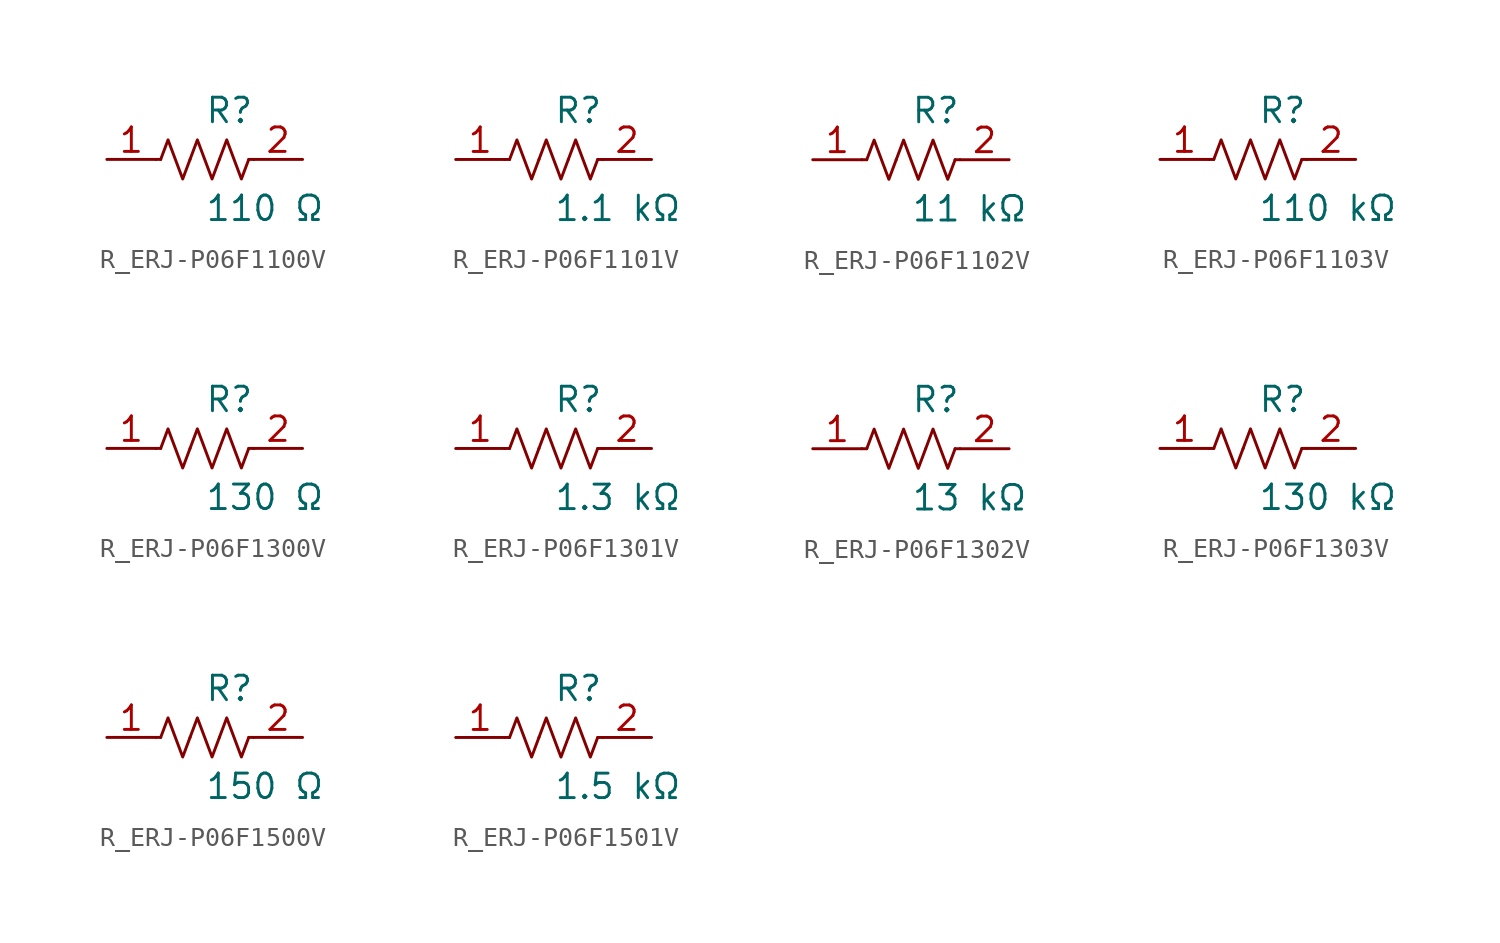
<source format=kicad_sym>
(kicad_symbol_lib
  (version 20231120)
  (generator kicad_symbol_editor)
  (generator_version 8.0)
  (symbol "R_ERJ-P06F1100V"
    (pin_names
      (offset 0.254))
    (property "Reference" "R"
      (at 0.0 2.54 0)
      (effects (font (size 1.27 1.27)) (justify left)))
    (property "Value" "110 Ω"
      (at 0.0 -2.54 0)
      (effects (font (size 1.27 1.27)) (justify left)))
    (symbol "R_ERJ-P06F1100V_0_1"
      (polyline (pts (xy 2.286 0) (xy 2.54 0)) (stroke (width 0) (type default)) (fill (type none)))
      (polyline (pts (xy -2.286 0) (xy -2.54 0)) (stroke (width 0) (type default)) (fill (type none)))
      (polyline (pts (xy 0.762 0) (xy 1.143 1.016) (xy 1.524 0) (xy 1.905 -1.016) (xy 2.286 0)) (stroke (width 0) (type default)) (fill (type none)))
      (polyline (pts (xy -0.762 0) (xy -0.381 1.016) (xy 0 0) (xy 0.381 -1.016) (xy 0.762 0)) (stroke (width 0) (type default)) (fill (type none)))
      (polyline (pts (xy -2.286 0) (xy -1.905 1.016) (xy -1.524 0) (xy -1.143 -1.016) (xy -0.762 0)) (stroke (width 0) (type default)) (fill (type none))))
    (pin unspecified line
      (at -5.08 0 0)
      (length 2.54)
      (name "" (effects (font (size 1.27 1.27))))
      (number "1" (effects (font (size 1.27 1.27)))))
    (pin unspecified line
      (at 5.08 0 180)
      (length 2.54)
      (name "" (effects (font (size 1.27 1.27))))
      (number "2" (effects (font (size 1.27 1.27))))))
  (symbol "R_ERJ-P06F1101V"
    (pin_names
      (offset 0.254))
    (property "Reference" "R"
      (at 0.0 2.54 0)
      (effects (font (size 1.27 1.27)) (justify left)))
    (property "Value" "1.1 kΩ"
      (at 0.0 -2.54 0)
      (effects (font (size 1.27 1.27)) (justify left)))
    (symbol "R_ERJ-P06F1101V_0_1"
      (polyline (pts (xy 2.286 0) (xy 2.54 0)) (stroke (width 0) (type default)) (fill (type none)))
      (polyline (pts (xy -2.286 0) (xy -2.54 0)) (stroke (width 0) (type default)) (fill (type none)))
      (polyline (pts (xy 0.762 0) (xy 1.143 1.016) (xy 1.524 0) (xy 1.905 -1.016) (xy 2.286 0)) (stroke (width 0) (type default)) (fill (type none)))
      (polyline (pts (xy -0.762 0) (xy -0.381 1.016) (xy 0 0) (xy 0.381 -1.016) (xy 0.762 0)) (stroke (width 0) (type default)) (fill (type none)))
      (polyline (pts (xy -2.286 0) (xy -1.905 1.016) (xy -1.524 0) (xy -1.143 -1.016) (xy -0.762 0)) (stroke (width 0) (type default)) (fill (type none))))
    (pin unspecified line
      (at -5.08 0 0)
      (length 2.54)
      (name "" (effects (font (size 1.27 1.27))))
      (number "1" (effects (font (size 1.27 1.27)))))
    (pin unspecified line
      (at 5.08 0 180)
      (length 2.54)
      (name "" (effects (font (size 1.27 1.27))))
      (number "2" (effects (font (size 1.27 1.27))))))
  (symbol "R_ERJ-P06F1102V"
    (pin_names
      (offset 0.254))
    (property "Reference" "R"
      (at 0.0 2.54 0)
      (effects (font (size 1.27 1.27)) (justify left)))
    (property "Value" "11 kΩ"
      (at 0.0 -2.54 0)
      (effects (font (size 1.27 1.27)) (justify left)))
    (symbol "R_ERJ-P06F1102V_0_1"
      (polyline (pts (xy 2.286 0) (xy 2.54 0)) (stroke (width 0) (type default)) (fill (type none)))
      (polyline (pts (xy -2.286 0) (xy -2.54 0)) (stroke (width 0) (type default)) (fill (type none)))
      (polyline (pts (xy 0.762 0) (xy 1.143 1.016) (xy 1.524 0) (xy 1.905 -1.016) (xy 2.286 0)) (stroke (width 0) (type default)) (fill (type none)))
      (polyline (pts (xy -0.762 0) (xy -0.381 1.016) (xy 0 0) (xy 0.381 -1.016) (xy 0.762 0)) (stroke (width 0) (type default)) (fill (type none)))
      (polyline (pts (xy -2.286 0) (xy -1.905 1.016) (xy -1.524 0) (xy -1.143 -1.016) (xy -0.762 0)) (stroke (width 0) (type default)) (fill (type none))))
    (pin unspecified line
      (at -5.08 0 0)
      (length 2.54)
      (name "" (effects (font (size 1.27 1.27))))
      (number "1" (effects (font (size 1.27 1.27)))))
    (pin unspecified line
      (at 5.08 0 180)
      (length 2.54)
      (name "" (effects (font (size 1.27 1.27))))
      (number "2" (effects (font (size 1.27 1.27))))))
  (symbol "R_ERJ-P06F1103V"
    (pin_names
      (offset 0.254))
    (property "Reference" "R"
      (at 0.0 2.54 0)
      (effects (font (size 1.27 1.27)) (justify left)))
    (property "Value" "110 kΩ"
      (at 0.0 -2.54 0)
      (effects (font (size 1.27 1.27)) (justify left)))
    (symbol "R_ERJ-P06F1103V_0_1"
      (polyline (pts (xy 2.286 0) (xy 2.54 0)) (stroke (width 0) (type default)) (fill (type none)))
      (polyline (pts (xy -2.286 0) (xy -2.54 0)) (stroke (width 0) (type default)) (fill (type none)))
      (polyline (pts (xy 0.762 0) (xy 1.143 1.016) (xy 1.524 0) (xy 1.905 -1.016) (xy 2.286 0)) (stroke (width 0) (type default)) (fill (type none)))
      (polyline (pts (xy -0.762 0) (xy -0.381 1.016) (xy 0 0) (xy 0.381 -1.016) (xy 0.762 0)) (stroke (width 0) (type default)) (fill (type none)))
      (polyline (pts (xy -2.286 0) (xy -1.905 1.016) (xy -1.524 0) (xy -1.143 -1.016) (xy -0.762 0)) (stroke (width 0) (type default)) (fill (type none))))
    (pin unspecified line
      (at -5.08 0 0)
      (length 2.54)
      (name "" (effects (font (size 1.27 1.27))))
      (number "1" (effects (font (size 1.27 1.27)))))
    (pin unspecified line
      (at 5.08 0 180)
      (length 2.54)
      (name "" (effects (font (size 1.27 1.27))))
      (number "2" (effects (font (size 1.27 1.27))))))
  (symbol "R_ERJ-P06F1300V"
    (pin_names
      (offset 0.254))
    (property "Reference" "R"
      (at 0.0 2.54 0)
      (effects (font (size 1.27 1.27)) (justify left)))
    (property "Value" "130 Ω"
      (at 0.0 -2.54 0)
      (effects (font (size 1.27 1.27)) (justify left)))
    (symbol "R_ERJ-P06F1300V_0_1"
      (polyline (pts (xy 2.286 0) (xy 2.54 0)) (stroke (width 0) (type default)) (fill (type none)))
      (polyline (pts (xy -2.286 0) (xy -2.54 0)) (stroke (width 0) (type default)) (fill (type none)))
      (polyline (pts (xy 0.762 0) (xy 1.143 1.016) (xy 1.524 0) (xy 1.905 -1.016) (xy 2.286 0)) (stroke (width 0) (type default)) (fill (type none)))
      (polyline (pts (xy -0.762 0) (xy -0.381 1.016) (xy 0 0) (xy 0.381 -1.016) (xy 0.762 0)) (stroke (width 0) (type default)) (fill (type none)))
      (polyline (pts (xy -2.286 0) (xy -1.905 1.016) (xy -1.524 0) (xy -1.143 -1.016) (xy -0.762 0)) (stroke (width 0) (type default)) (fill (type none))))
    (pin unspecified line
      (at -5.08 0 0)
      (length 2.54)
      (name "" (effects (font (size 1.27 1.27))))
      (number "1" (effects (font (size 1.27 1.27)))))
    (pin unspecified line
      (at 5.08 0 180)
      (length 2.54)
      (name "" (effects (font (size 1.27 1.27))))
      (number "2" (effects (font (size 1.27 1.27))))))
  (symbol "R_ERJ-P06F1301V"
    (pin_names
      (offset 0.254))
    (property "Reference" "R"
      (at 0.0 2.54 0)
      (effects (font (size 1.27 1.27)) (justify left)))
    (property "Value" "1.3 kΩ"
      (at 0.0 -2.54 0)
      (effects (font (size 1.27 1.27)) (justify left)))
    (symbol "R_ERJ-P06F1301V_0_1"
      (polyline (pts (xy 2.286 0) (xy 2.54 0)) (stroke (width 0) (type default)) (fill (type none)))
      (polyline (pts (xy -2.286 0) (xy -2.54 0)) (stroke (width 0) (type default)) (fill (type none)))
      (polyline (pts (xy 0.762 0) (xy 1.143 1.016) (xy 1.524 0) (xy 1.905 -1.016) (xy 2.286 0)) (stroke (width 0) (type default)) (fill (type none)))
      (polyline (pts (xy -0.762 0) (xy -0.381 1.016) (xy 0 0) (xy 0.381 -1.016) (xy 0.762 0)) (stroke (width 0) (type default)) (fill (type none)))
      (polyline (pts (xy -2.286 0) (xy -1.905 1.016) (xy -1.524 0) (xy -1.143 -1.016) (xy -0.762 0)) (stroke (width 0) (type default)) (fill (type none))))
    (pin unspecified line
      (at -5.08 0 0)
      (length 2.54)
      (name "" (effects (font (size 1.27 1.27))))
      (number "1" (effects (font (size 1.27 1.27)))))
    (pin unspecified line
      (at 5.08 0 180)
      (length 2.54)
      (name "" (effects (font (size 1.27 1.27))))
      (number "2" (effects (font (size 1.27 1.27))))))
  (symbol "R_ERJ-P06F1302V"
    (pin_names
      (offset 0.254))
    (property "Reference" "R"
      (at 0.0 2.54 0)
      (effects (font (size 1.27 1.27)) (justify left)))
    (property "Value" "13 kΩ"
      (at 0.0 -2.54 0)
      (effects (font (size 1.27 1.27)) (justify left)))
    (symbol "R_ERJ-P06F1302V_0_1"
      (polyline (pts (xy 2.286 0) (xy 2.54 0)) (stroke (width 0) (type default)) (fill (type none)))
      (polyline (pts (xy -2.286 0) (xy -2.54 0)) (stroke (width 0) (type default)) (fill (type none)))
      (polyline (pts (xy 0.762 0) (xy 1.143 1.016) (xy 1.524 0) (xy 1.905 -1.016) (xy 2.286 0)) (stroke (width 0) (type default)) (fill (type none)))
      (polyline (pts (xy -0.762 0) (xy -0.381 1.016) (xy 0 0) (xy 0.381 -1.016) (xy 0.762 0)) (stroke (width 0) (type default)) (fill (type none)))
      (polyline (pts (xy -2.286 0) (xy -1.905 1.016) (xy -1.524 0) (xy -1.143 -1.016) (xy -0.762 0)) (stroke (width 0) (type default)) (fill (type none))))
    (pin unspecified line
      (at -5.08 0 0)
      (length 2.54)
      (name "" (effects (font (size 1.27 1.27))))
      (number "1" (effects (font (size 1.27 1.27)))))
    (pin unspecified line
      (at 5.08 0 180)
      (length 2.54)
      (name "" (effects (font (size 1.27 1.27))))
      (number "2" (effects (font (size 1.27 1.27))))))
  (symbol "R_ERJ-P06F1303V"
    (pin_names
      (offset 0.254))
    (property "Reference" "R"
      (at 0.0 2.54 0)
      (effects (font (size 1.27 1.27)) (justify left)))
    (property "Value" "130 kΩ"
      (at 0.0 -2.54 0)
      (effects (font (size 1.27 1.27)) (justify left)))
    (symbol "R_ERJ-P06F1303V_0_1"
      (polyline (pts (xy 2.286 0) (xy 2.54 0)) (stroke (width 0) (type default)) (fill (type none)))
      (polyline (pts (xy -2.286 0) (xy -2.54 0)) (stroke (width 0) (type default)) (fill (type none)))
      (polyline (pts (xy 0.762 0) (xy 1.143 1.016) (xy 1.524 0) (xy 1.905 -1.016) (xy 2.286 0)) (stroke (width 0) (type default)) (fill (type none)))
      (polyline (pts (xy -0.762 0) (xy -0.381 1.016) (xy 0 0) (xy 0.381 -1.016) (xy 0.762 0)) (stroke (width 0) (type default)) (fill (type none)))
      (polyline (pts (xy -2.286 0) (xy -1.905 1.016) (xy -1.524 0) (xy -1.143 -1.016) (xy -0.762 0)) (stroke (width 0) (type default)) (fill (type none))))
    (pin unspecified line
      (at -5.08 0 0)
      (length 2.54)
      (name "" (effects (font (size 1.27 1.27))))
      (number "1" (effects (font (size 1.27 1.27)))))
    (pin unspecified line
      (at 5.08 0 180)
      (length 2.54)
      (name "" (effects (font (size 1.27 1.27))))
      (number "2" (effects (font (size 1.27 1.27))))))
  (symbol "R_ERJ-P06F1500V"
    (pin_names
      (offset 0.254))
    (property "Reference" "R"
      (at 0.0 2.54 0)
      (effects (font (size 1.27 1.27)) (justify left)))
    (property "Value" "150 Ω"
      (at 0.0 -2.54 0)
      (effects (font (size 1.27 1.27)) (justify left)))
    (symbol "R_ERJ-P06F1500V_0_1"
      (polyline (pts (xy 2.286 0) (xy 2.54 0)) (stroke (width 0) (type default)) (fill (type none)))
      (polyline (pts (xy -2.286 0) (xy -2.54 0)) (stroke (width 0) (type default)) (fill (type none)))
      (polyline (pts (xy 0.762 0) (xy 1.143 1.016) (xy 1.524 0) (xy 1.905 -1.016) (xy 2.286 0)) (stroke (width 0) (type default)) (fill (type none)))
      (polyline (pts (xy -0.762 0) (xy -0.381 1.016) (xy 0 0) (xy 0.381 -1.016) (xy 0.762 0)) (stroke (width 0) (type default)) (fill (type none)))
      (polyline (pts (xy -2.286 0) (xy -1.905 1.016) (xy -1.524 0) (xy -1.143 -1.016) (xy -0.762 0)) (stroke (width 0) (type default)) (fill (type none))))
    (pin unspecified line
      (at -5.08 0 0)
      (length 2.54)
      (name "" (effects (font (size 1.27 1.27))))
      (number "1" (effects (font (size 1.27 1.27)))))
    (pin unspecified line
      (at 5.08 0 180)
      (length 2.54)
      (name "" (effects (font (size 1.27 1.27))))
      (number "2" (effects (font (size 1.27 1.27))))))
  (symbol "R_ERJ-P06F1501V"
    (pin_names
      (offset 0.254))
    (property "Reference" "R"
      (at 0.0 2.54 0)
      (effects (font (size 1.27 1.27)) (justify left)))
    (property "Value" "1.5 kΩ"
      (at 0.0 -2.54 0)
      (effects (font (size 1.27 1.27)) (justify left)))
    (symbol "R_ERJ-P06F1501V_0_1"
      (polyline (pts (xy 2.286 0) (xy 2.54 0)) (stroke (width 0) (type default)) (fill (type none)))
      (polyline (pts (xy -2.286 0) (xy -2.54 0)) (stroke (width 0) (type default)) (fill (type none)))
      (polyline (pts (xy 0.762 0) (xy 1.143 1.016) (xy 1.524 0) (xy 1.905 -1.016) (xy 2.286 0)) (stroke (width 0) (type default)) (fill (type none)))
      (polyline (pts (xy -0.762 0) (xy -0.381 1.016) (xy 0 0) (xy 0.381 -1.016) (xy 0.762 0)) (stroke (width 0) (type default)) (fill (type none)))
      (polyline (pts (xy -2.286 0) (xy -1.905 1.016) (xy -1.524 0) (xy -1.143 -1.016) (xy -0.762 0)) (stroke (width 0) (type default)) (fill (type none))))
    (pin unspecified line
      (at -5.08 0 0)
      (length 2.54)
      (name "" (effects (font (size 1.27 1.27))))
      (number "1" (effects (font (size 1.27 1.27)))))
    (pin unspecified line
      (at 5.08 0 180)
      (length 2.54)
      (name "" (effects (font (size 1.27 1.27))))
      (number "2" (effects (font (size 1.27 1.27)))))))
</source>
